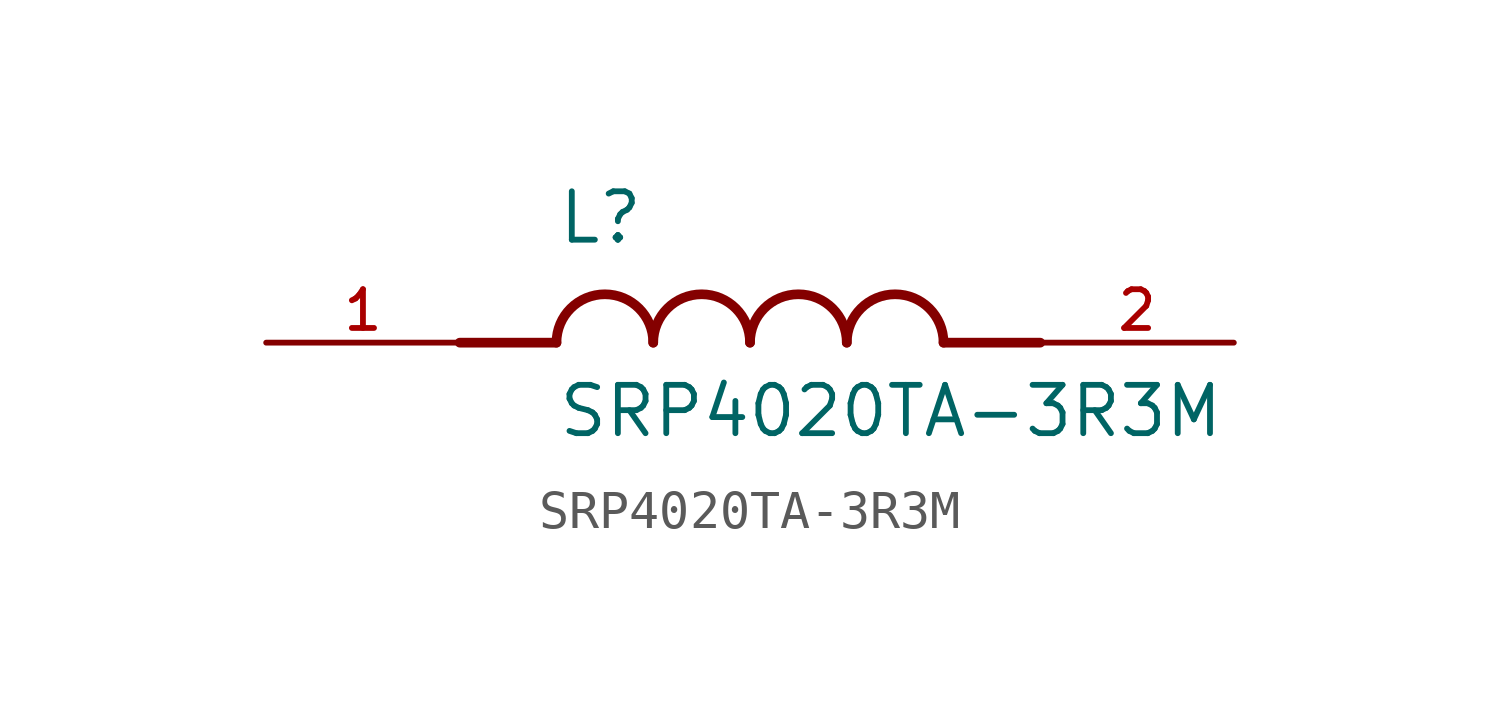
<source format=kicad_sym>
(kicad_symbol_lib
  (version 20211014)
  (generator kicad_symbol_editor)
  (symbol "SRP4020TA-3R3M"
    (pin_names
      (offset 1.016))
    (property "Reference" "L"
      (at -5.08 2.54 0)
      (effects (font (size 1.27 1.27)) (justify bottom left)))
    (property "Value" "SRP4020TA-3R3M"
      (at -5.08 -2.54 0)
      (effects (font (size 1.27 1.27)) (justify bottom left)))
    (symbol "SRP4020TA-3R3M_0_0"
      (polyline (pts (xy -5.08 0.0) (xy -7.62 0.0)) (stroke (width 0.254)))
      (polyline (pts (xy 5.08 0.0) (xy 7.62 0.0)) (stroke (width 0.254)))
      (arc (start -2.54 0.0) (mid -3.81 1.27) (end -5.08 0.0) (stroke (width 0.254) (type default) (color 0 0 0 0)) (fill (type none)))
      (arc (start 0.0 0.0) (mid -1.27 1.27) (end -2.54 0.0) (stroke (width 0.254) (type default) (color 0 0 0 0)) (fill (type none)))
      (arc (start 2.54 0.0) (mid 1.27 1.27) (end 0.0 0.0) (stroke (width 0.254) (type default) (color 0 0 0 0)) (fill (type none)))
      (arc (start 5.08 0.0) (mid 3.81 1.27) (end 2.54 0.0) (stroke (width 0.254) (type default) (color 0 0 0 0)) (fill (type none)))
      (pin passive line (at -12.7 0.0 0) (length 5.08) (name "~" (effects (font (size 1.016 1.016)))) (number "1" (effects (font (size 1.016 1.016)))))
      (pin passive line (at 12.7 0.0 180.0) (length 5.08) (name "~" (effects (font (size 1.016 1.016)))) (number "2" (effects (font (size 1.016 1.016))))))))
</source>
